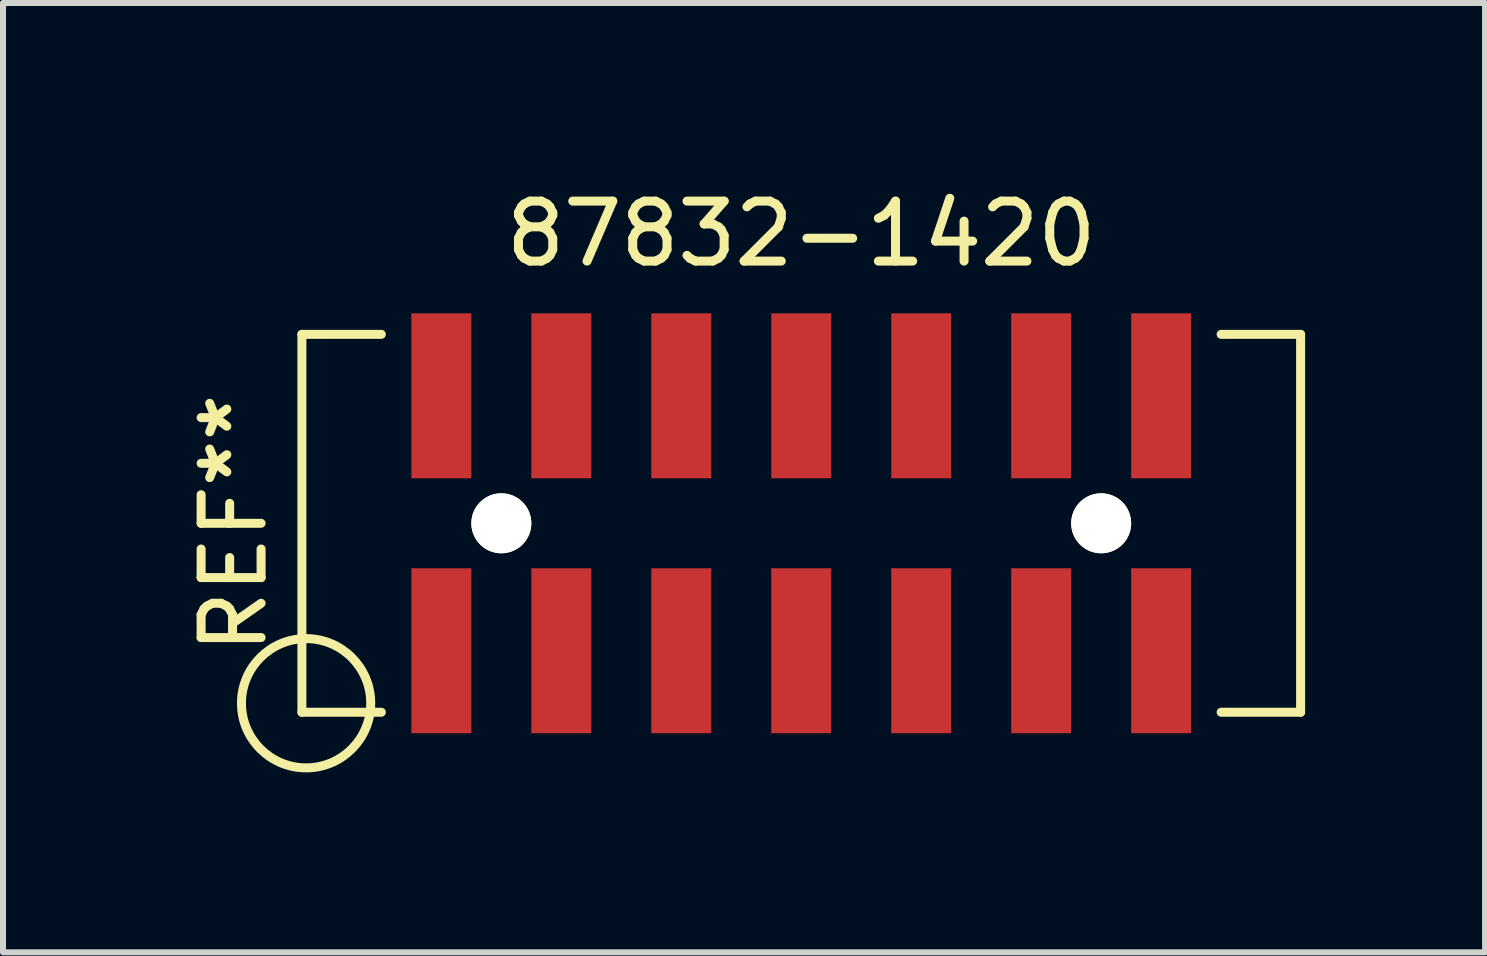
<source format=kicad_pcb>
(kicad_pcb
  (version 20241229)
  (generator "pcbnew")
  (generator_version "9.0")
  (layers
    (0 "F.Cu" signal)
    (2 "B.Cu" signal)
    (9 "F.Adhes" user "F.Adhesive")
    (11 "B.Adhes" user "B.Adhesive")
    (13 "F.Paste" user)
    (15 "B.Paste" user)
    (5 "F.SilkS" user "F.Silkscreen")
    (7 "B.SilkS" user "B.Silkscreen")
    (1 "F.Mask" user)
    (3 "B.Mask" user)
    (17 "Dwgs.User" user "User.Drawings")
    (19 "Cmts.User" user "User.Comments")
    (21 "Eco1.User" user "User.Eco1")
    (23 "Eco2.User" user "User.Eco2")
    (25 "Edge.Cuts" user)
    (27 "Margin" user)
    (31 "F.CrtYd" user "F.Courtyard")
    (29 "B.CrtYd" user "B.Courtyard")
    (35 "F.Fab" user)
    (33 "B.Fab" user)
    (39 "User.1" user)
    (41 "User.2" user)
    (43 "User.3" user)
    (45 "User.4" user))
  (footprint "87832-1420"
    (layer "F.Cu")
    (at 10.308 5.674)
    (property "Reference" "87832-1420" (at 0 -4.826 0) (layer "F.SilkS") (effects (font (size 1 1) (thickness 0.15))))
    (attr through_hole)
    (fp_line (start -8.325 -3.15) (end -8.325 3.15) (stroke (width 0.15) (type solid)) (layer "F.SilkS"))
    (fp_line (start -8.325 -3.15) (end -7 -3.15) (stroke (width 0.15) (type solid)) (layer "F.SilkS"))
    (fp_line (start -8.325 3.15) (end -7 3.15) (stroke (width 0.15) (type solid)) (layer "F.SilkS"))
    (fp_line (start 8.325 -3.15) (end 7 -3.15) (stroke (width 0.15) (type solid)) (layer "F.SilkS"))
    (fp_line (start 8.325 -3.15) (end 8.325 3.15) (stroke (width 0.15) (type solid)) (layer "F.SilkS"))
    (fp_line (start 8.325 3.15) (end 7 3.15) (stroke (width 0.15) (type solid)) (layer "F.SilkS"))
    (fp_circle (center -8.255 3) (end -7.493 2.238) (stroke (width 0.15) (type solid)) (fill no) (layer "F.SilkS"))
    (fp_text user "REF**" (at -9.46 0 90) (layer "F.SilkS") (effects (font (size 1 1) (thickness 0.15))))
    (pad "" np_thru_hole circle (at -5 0) (size 1 1) (drill 1) (layers "*.Cu" "*.Mask" "F.SilkS"))
    (pad "" np_thru_hole circle (at 5 0) (size 1 1) (drill 1) (layers "*.Cu" "*.Mask" "F.SilkS"))
    (pad "1" smd rect (at -6 2.125) (size 1 2.75) (layers "F.Cu" "F.Mask" "F.Paste"))
    (pad "2" smd rect (at -6 -2.125) (size 1 2.75) (layers "F.Cu" "F.Mask" "F.Paste"))
    (pad "3" smd rect (at -4 2.125) (size 1 2.75) (layers "F.Cu" "F.Mask" "F.Paste"))
    (pad "4" smd rect (at -4 -2.125) (size 1 2.75) (layers "F.Cu" "F.Mask" "F.Paste"))
    (pad "5" smd rect (at -2 2.125) (size 1 2.75) (layers "F.Cu" "F.Mask" "F.Paste"))
    (pad "6" smd rect (at -2 -2.125) (size 1 2.75) (layers "F.Cu" "F.Mask" "F.Paste"))
    (pad "7" smd rect (at 0 2.125) (size 1 2.75) (layers "F.Cu" "F.Mask" "F.Paste"))
    (pad "8" smd rect (at 0 -2.125) (size 1 2.75) (layers "F.Cu" "F.Mask" "F.Paste"))
    (pad "9" smd rect (at 2 2.125) (size 1 2.75) (layers "F.Cu" "F.Mask" "F.Paste"))
    (pad "10" smd rect (at 2 -2.125) (size 1 2.75) (layers "F.Cu" "F.Mask" "F.Paste"))
    (pad "11" smd rect (at 4 2.125) (size 1 2.75) (layers "F.Cu" "F.Mask" "F.Paste"))
    (pad "12" smd rect (at 4 -2.125) (size 1 2.75) (layers "F.Cu" "F.Mask" "F.Paste"))
    (pad "13" smd rect (at 6 2.125) (size 1 2.75) (layers "F.Cu" "F.Mask" "F.Paste"))
    (pad "14" smd rect (at 6 -2.125) (size 1 2.75) (layers "F.Cu" "F.Mask" "F.Paste")))
  (gr_rect
    (start -3 -3)
    (end 21.708 12.827)
    (stroke (width 0.1) (type default))
    (fill no)
    (layer "Edge.Cuts")))
</source>
